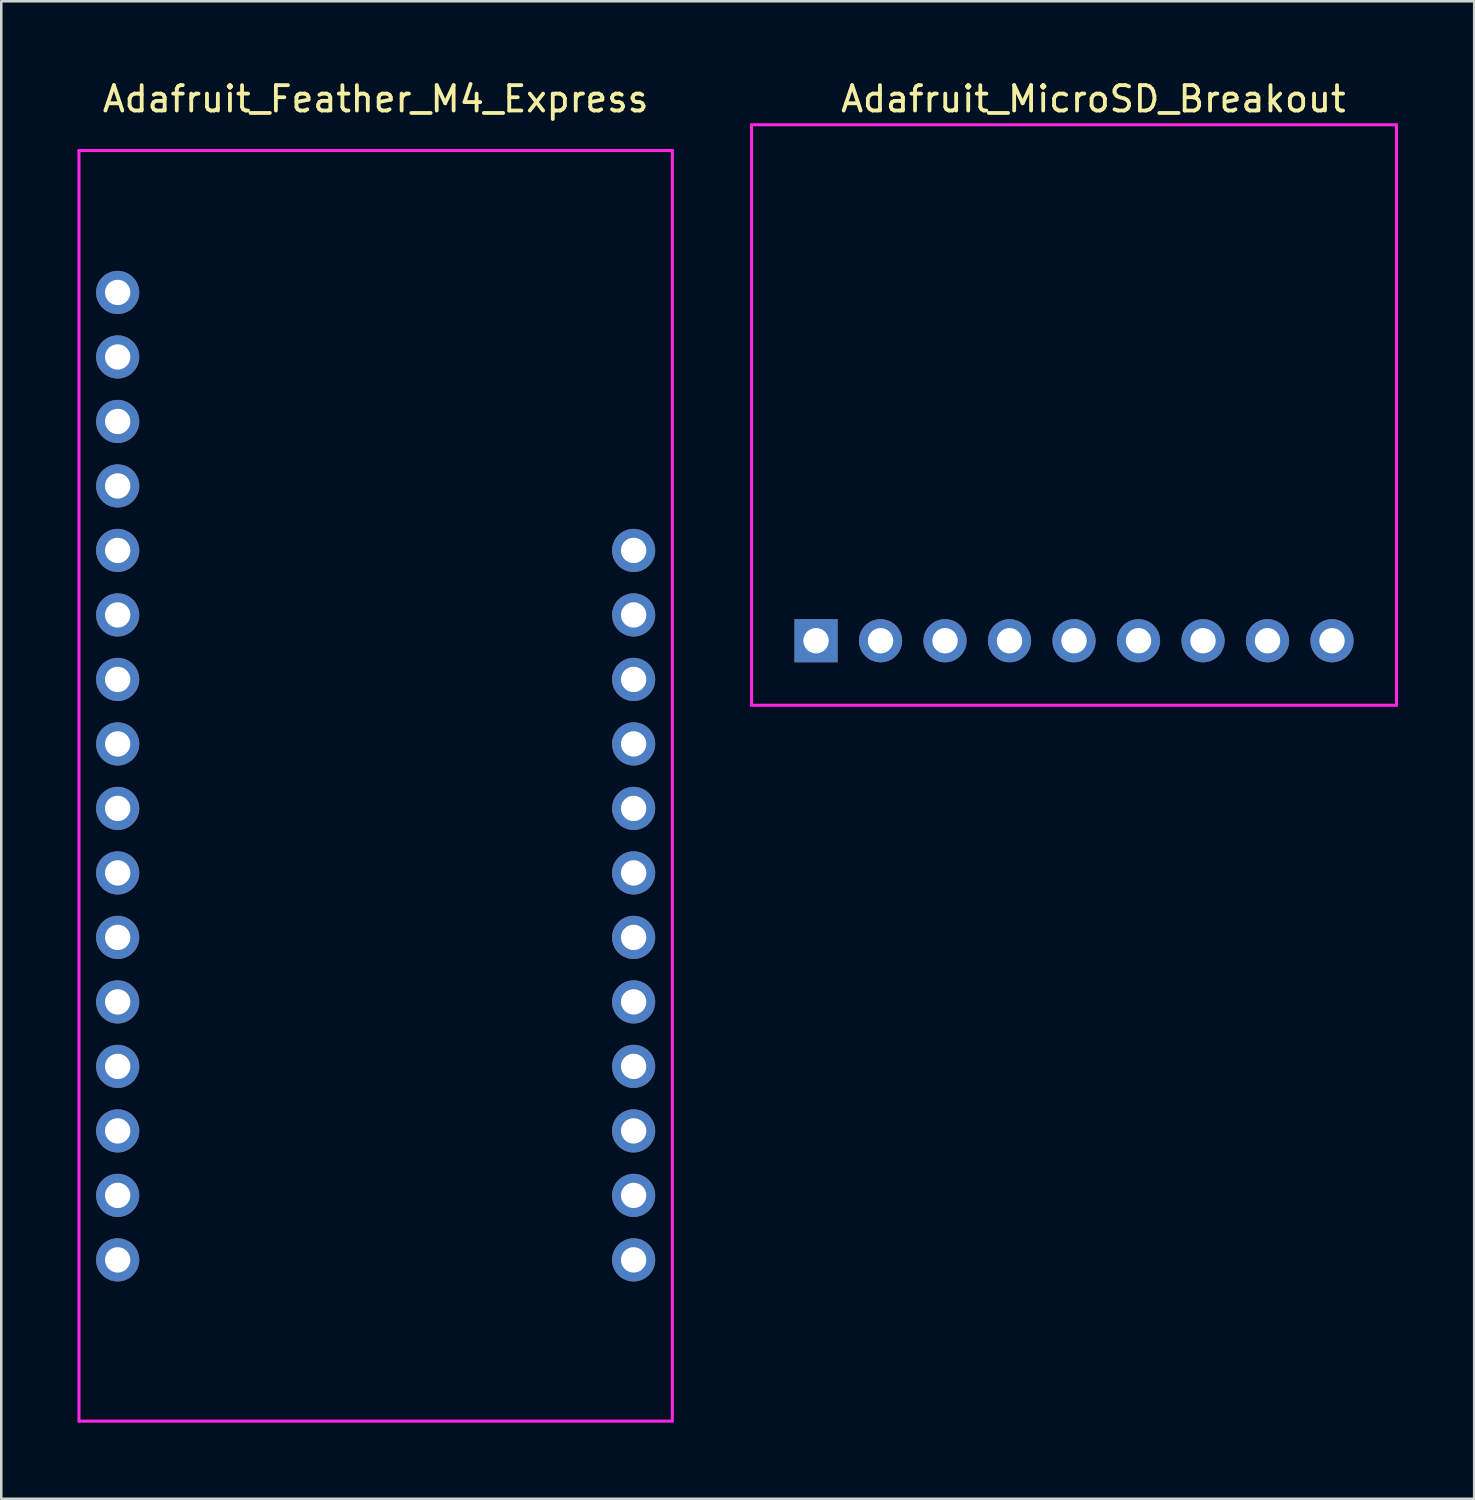
<source format=kicad_pcb>
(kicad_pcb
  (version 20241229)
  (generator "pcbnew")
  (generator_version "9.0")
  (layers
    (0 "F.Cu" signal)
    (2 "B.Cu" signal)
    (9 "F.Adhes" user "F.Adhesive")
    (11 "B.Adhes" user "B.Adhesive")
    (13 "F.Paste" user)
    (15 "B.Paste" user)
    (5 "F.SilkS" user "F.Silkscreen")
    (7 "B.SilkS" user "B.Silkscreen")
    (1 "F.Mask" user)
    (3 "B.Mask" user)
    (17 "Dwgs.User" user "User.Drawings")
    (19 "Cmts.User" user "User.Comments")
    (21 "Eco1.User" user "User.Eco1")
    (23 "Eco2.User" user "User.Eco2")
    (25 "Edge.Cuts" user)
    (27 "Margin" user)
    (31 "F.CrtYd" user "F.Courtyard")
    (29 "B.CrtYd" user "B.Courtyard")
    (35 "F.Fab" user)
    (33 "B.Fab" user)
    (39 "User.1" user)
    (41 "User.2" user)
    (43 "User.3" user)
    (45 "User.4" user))
  (footprint "Adafruit_Feather_M4_Express"
    (layer "F.Cu")
    (at 11.744 27.518)
    (property "Reference" "Adafruit_Feather_M4_Express" (at 0 -26.67 0) (layer "F.SilkS") (effects (font (size 1 1) (thickness 0.15))))
    (attr through_hole)
    (fp_line (start -11.684 -24.638) (end 11.684 -24.638) (stroke (width 0.12) (type solid)) (layer "F.CrtYd"))
    (fp_line (start -11.684 25.4) (end -11.684 -24.638) (stroke (width 0.12) (type solid)) (layer "F.CrtYd"))
    (fp_line (start 11.684 -24.638) (end 11.684 25.4) (stroke (width 0.12) (type solid)) (layer "F.CrtYd"))
    (fp_line (start 11.684 25.4) (end -11.684 25.4) (stroke (width 0.12) (type solid)) (layer "F.CrtYd"))
    (pad "1" thru_hole circle (at -10.16 -19.05) (size 1.7 1.7) (drill 1) (layers "*.Cu" "*.Mask"))
    (pad "2" thru_hole circle (at -10.16 -16.51) (size 1.7 1.7) (drill 1) (layers "*.Cu" "*.Mask"))
    (pad "3" thru_hole circle (at -10.16 -13.97) (size 1.7 1.7) (drill 1) (layers "*.Cu" "*.Mask"))
    (pad "4" thru_hole circle (at -10.16 -11.43) (size 1.7 1.7) (drill 1) (layers "*.Cu" "*.Mask"))
    (pad "5" thru_hole circle (at -10.16 -8.89) (size 1.7 1.7) (drill 1) (layers "*.Cu" "*.Mask"))
    (pad "6" thru_hole circle (at -10.16 -6.35) (size 1.7 1.7) (drill 1) (layers "*.Cu" "*.Mask"))
    (pad "7" thru_hole circle (at -10.16 -3.81) (size 1.7 1.7) (drill 1) (layers "*.Cu" "*.Mask"))
    (pad "8" thru_hole circle (at -10.16 -1.27) (size 1.7 1.7) (drill 1) (layers "*.Cu" "*.Mask"))
    (pad "9" thru_hole circle (at -10.16 1.27) (size 1.7 1.7) (drill 1) (layers "*.Cu" "*.Mask"))
    (pad "10" thru_hole circle (at -10.16 3.81) (size 1.7 1.7) (drill 1) (layers "*.Cu" "*.Mask"))
    (pad "11" thru_hole circle (at -10.16 6.35) (size 1.7 1.7) (drill 1) (layers "*.Cu" "*.Mask"))
    (pad "12" thru_hole circle (at -10.16 8.89) (size 1.7 1.7) (drill 1) (layers "*.Cu" "*.Mask"))
    (pad "13" thru_hole circle (at -10.16 11.43) (size 1.7 1.7) (drill 1) (layers "*.Cu" "*.Mask"))
    (pad "14" thru_hole circle (at -10.16 13.97) (size 1.7 1.7) (drill 1) (layers "*.Cu" "*.Mask"))
    (pad "15" thru_hole circle (at -10.16 16.51) (size 1.7 1.7) (drill 1) (layers "*.Cu" "*.Mask"))
    (pad "16" thru_hole circle (at -10.16 19.05) (size 1.7 1.7) (drill 1) (layers "*.Cu" "*.Mask"))
    (pad "17" thru_hole circle (at 10.16 -8.89) (size 1.7 1.7) (drill 1) (layers "*.Cu" "*.Mask"))
    (pad "18" thru_hole circle (at 10.16 -6.35) (size 1.7 1.7) (drill 1) (layers "*.Cu" "*.Mask"))
    (pad "19" thru_hole circle (at 10.16 -3.81) (size 1.7 1.7) (drill 1) (layers "*.Cu" "*.Mask"))
    (pad "20" thru_hole circle (at 10.16 -1.27) (size 1.7 1.7) (drill 1) (layers "*.Cu" "*.Mask"))
    (pad "21" thru_hole circle (at 10.16 1.27) (size 1.7 1.7) (drill 1) (layers "*.Cu" "*.Mask"))
    (pad "22" thru_hole circle (at 10.16 3.81) (size 1.7 1.7) (drill 1) (layers "*.Cu" "*.Mask"))
    (pad "23" thru_hole circle (at 10.16 6.35) (size 1.7 1.7) (drill 1) (layers "*.Cu" "*.Mask"))
    (pad "24" thru_hole circle (at 10.16 8.89) (size 1.7 1.7) (drill 1) (layers "*.Cu" "*.Mask"))
    (pad "25" thru_hole circle (at 10.16 11.43) (size 1.7 1.7) (drill 1) (layers "*.Cu" "*.Mask"))
    (pad "26" thru_hole circle (at 10.16 13.97) (size 1.7 1.7) (drill 1) (layers "*.Cu" "*.Mask"))
    (pad "27" thru_hole circle (at 10.16 16.51) (size 1.7 1.7) (drill 1) (layers "*.Cu" "*.Mask"))
    (pad "28" thru_hole circle (at 10.16 19.05) (size 1.7 1.7) (drill 1) (layers "*.Cu" "*.Mask")))
  (footprint "Adafruit_MicroSD_Breakout"
    (layer "F.Cu")
    (at 40.01 13.294)
    (property "Reference" "Adafruit_MicroSD_Breakout" (at 0 -12.446 0) (unlocked yes) (layer "F.SilkS") (effects (font (size 1 1) (thickness 0.15))))
    (attr through_hole)
    (fp_line (start -13.462 -11.43) (end -13.462 11.43) (stroke (width 0.12) (type solid)) (layer "F.CrtYd"))
    (fp_line (start -13.462 11.43) (end 11.938 11.43) (stroke (width 0.12) (type solid)) (layer "F.CrtYd"))
    (fp_line (start 11.938 -11.43) (end -13.462 -11.43) (stroke (width 0.12) (type solid)) (layer "F.CrtYd"))
    (fp_line (start 11.938 11.43) (end 11.938 -11.43) (stroke (width 0.12) (type solid)) (layer "F.CrtYd"))
    (pad "1" thru_hole rect (at -10.922 8.89) (size 1.7 1.7) (drill 1) (layers "*.Cu" "*.Mask"))
    (pad "2" thru_hole circle (at -8.382 8.89) (size 1.7 1.7) (drill 1) (layers "*.Cu" "*.Mask"))
    (pad "3" thru_hole circle (at -5.842 8.89) (size 1.7 1.7) (drill 1) (layers "*.Cu" "*.Mask"))
    (pad "4" thru_hole circle (at -3.302 8.89) (size 1.7 1.7) (drill 1) (layers "*.Cu" "*.Mask"))
    (pad "5" thru_hole circle (at -0.762 8.89) (size 1.7 1.7) (drill 1) (layers "*.Cu" "*.Mask"))
    (pad "6" thru_hole circle (at 1.778 8.89) (size 1.7 1.7) (drill 1) (layers "*.Cu" "*.Mask"))
    (pad "7" thru_hole circle (at 4.318 8.89) (size 1.7 1.7) (drill 1) (layers "*.Cu" "*.Mask"))
    (pad "8" thru_hole circle (at 6.858 8.89) (size 1.7 1.7) (drill 1) (layers "*.Cu" "*.Mask"))
    (pad "9" thru_hole circle (at 9.398 8.89) (size 1.7 1.7) (drill 1) (layers "*.Cu" "*.Mask")))
  (gr_rect
    (start -3 -3)
    (end 55.008 55.978)
    (stroke (width 0.1) (type default))
    (fill no)
    (layer "Edge.Cuts")))
</source>
